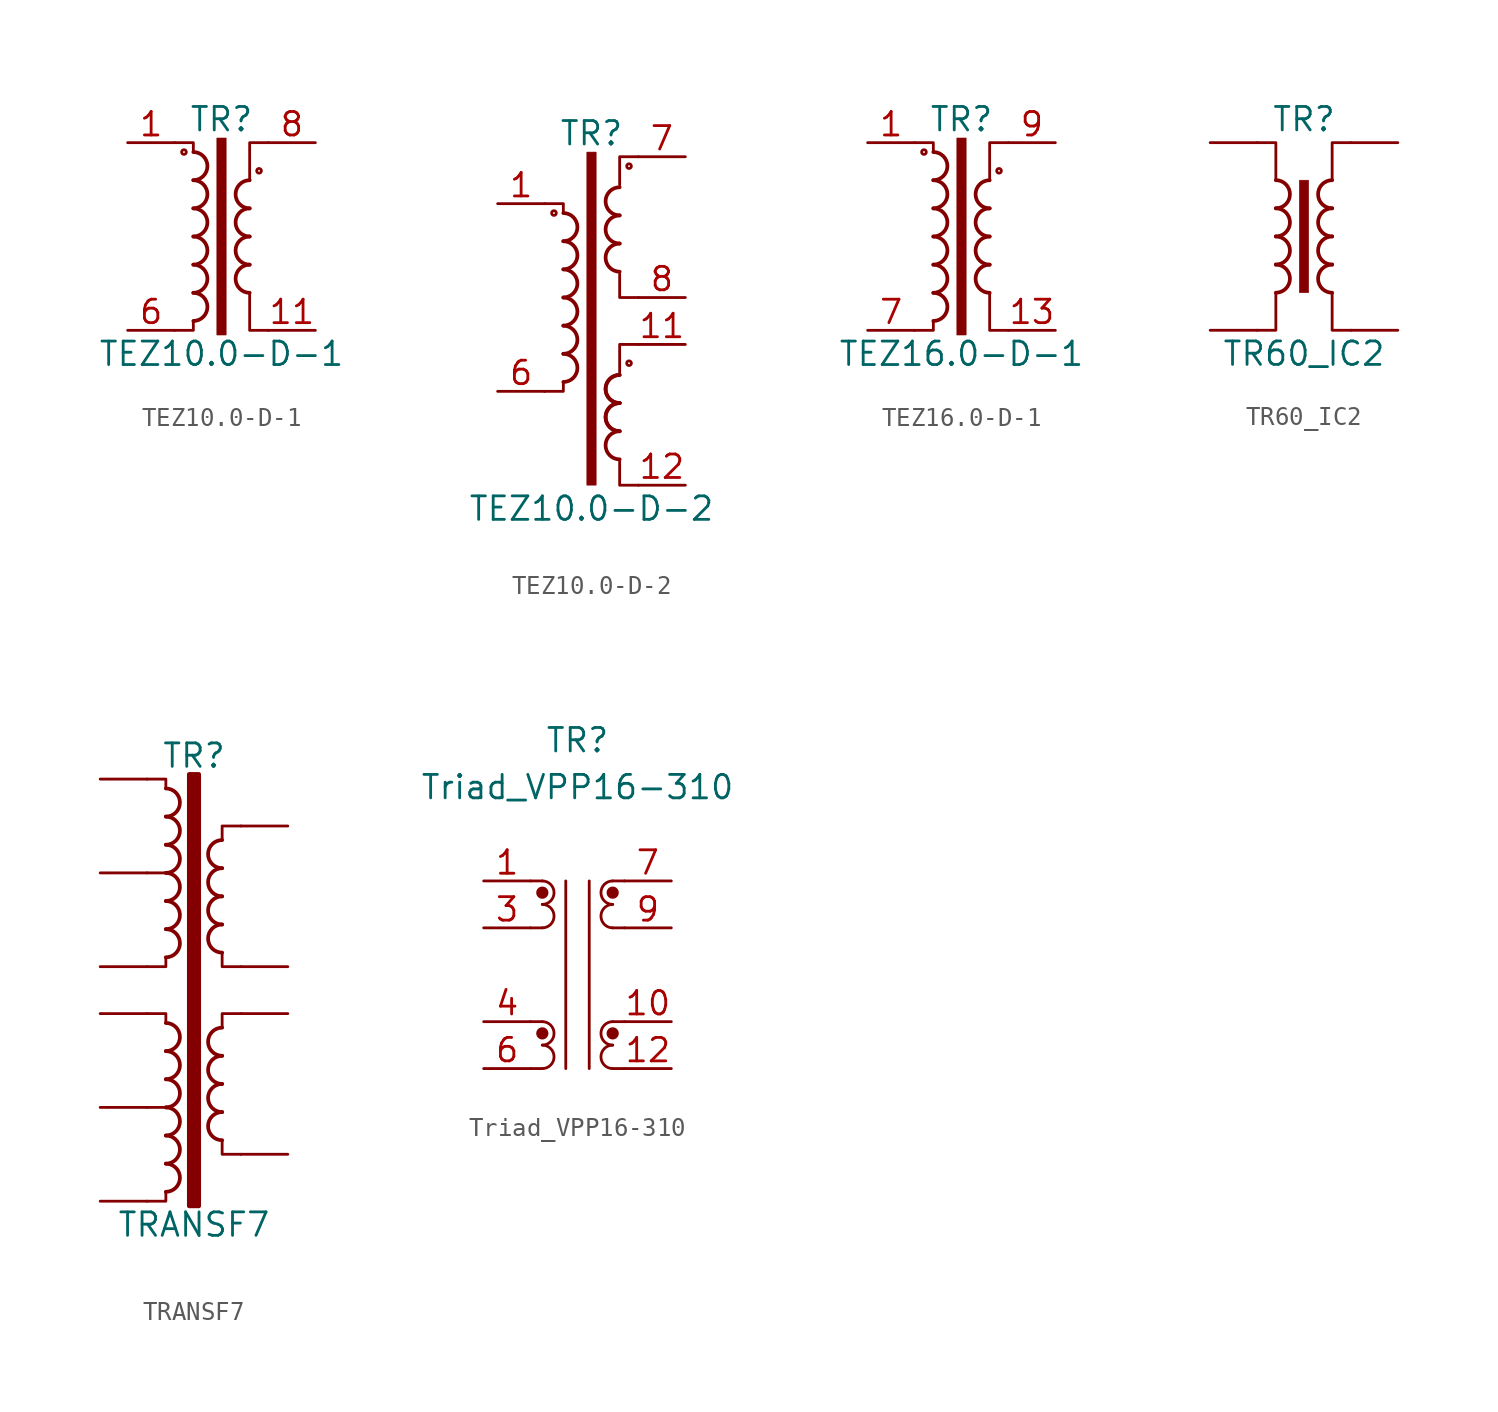
<source format=kicad_sym>
(kicad_symbol_lib
  (version 20231120)
  (generator "kicad_symbol_editor")
  (generator_version "8.0")
  (symbol "TEZ10.0-D-1"
    (pin_names
      (offset 0.025))
    (property "Reference" "TR"
      (at 0 6.35 0)
      (effects (font (size 1.27 1.27))))
    (property "Value" "TEZ10.0-D-1"
      (at 0 -6.35 0)
      (effects (font (size 1.27 1.27))))
    (symbol "TEZ10.0-D-1_0_1"
      (circle (center -2.032 4.572) (radius 0.127) (stroke (width 0) (type default)) (fill (type none)))
      (arc (start -1.524 -4.572) (mid -0.7653 -3.81) (end -1.524 -3.048) (stroke (width 0.2032) (type default)) (fill (type none)))
      (arc (start -1.524 -3.048) (mid -0.7653 -2.286) (end -1.524 -1.524) (stroke (width 0.2032) (type default)) (fill (type none)))
      (arc (start -1.524 -1.524) (mid -0.7653 -0.762) (end -1.524 0) (stroke (width 0.2032) (type default)) (fill (type none)))
      (arc (start -1.524 0) (mid -0.7653 0.762) (end -1.524 1.524) (stroke (width 0.2032) (type default)) (fill (type none)))
      (arc (start -1.524 1.524) (mid -0.7653 2.286) (end -1.524 3.048) (stroke (width 0.2032) (type default)) (fill (type none)))
      (arc (start -1.524 3.048) (mid -0.7653 3.81) (end -1.524 4.572) (stroke (width 0.2032) (type default)) (fill (type none)))
      (rectangle (start -0.254 5.334) (end 0.254 -5.334) (stroke (width 0.025) (type default)) (fill (type outline)))
      (polyline (pts (xy -1.524 -4.572) (xy -1.524 -5.08) (xy -2.54 -5.08)) (stroke (width 0) (type default)) (fill (type none)))
      (polyline (pts (xy -1.524 4.572) (xy -1.524 5.08) (xy -2.54 5.08)) (stroke (width 0) (type default)) (fill (type none)))
      (polyline (pts (xy 1.524 3.048) (xy 1.524 5.08) (xy 2.54 5.08) (xy 2.54 5.08)) (stroke (width 0.152) (type default)) (fill (type none)))
      (polyline (pts (xy 2.54 -5.08) (xy 1.524 -5.08) (xy 1.524 -3.048) (xy 1.524 -3.048)) (stroke (width 0.152) (type default)) (fill (type none)))
      (arc (start 1.524 -1.524) (mid 0.7653 -2.286) (end 1.524 -3.048) (stroke (width 0.2032) (type default)) (fill (type none)))
      (arc (start 1.524 0) (mid 0.7653 -0.762) (end 1.524 -1.524) (stroke (width 0.2032) (type default)) (fill (type none)))
      (arc (start 1.524 1.524) (mid 0.7653 0.762) (end 1.524 0) (stroke (width 0.2032) (type default)) (fill (type none)))
      (arc (start 1.524 3.048) (mid 0.7653 2.286) (end 1.524 1.524) (stroke (width 0.2032) (type default)) (fill (type none)))
      (circle (center 2.032 3.556) (radius 0.127) (stroke (width 0) (type default)) (fill (type none))))
    (symbol "TEZ10.0-D-1_1_1"
      (pin passive line (at -5.08 5.08 0) (length 2.54) (name "~" (effects (font (size 1.27 1.27)))) (number "1" (effects (font (size 1.27 1.27)))))
      (pin passive line (at 5.08 -5.08 180) (length 2.54) (name "~" (effects (font (size 1.27 1.27)))) (number "11" (effects (font (size 1.27 1.27)))))
      (pin passive line (at -5.08 -5.08 0) (length 2.54) (name "~" (effects (font (size 1.27 1.27)))) (number "6" (effects (font (size 1.27 1.27)))))
      (pin passive line (at 5.08 5.08 180) (length 2.54) (name "~" (effects (font (size 1.27 1.27)))) (number "8" (effects (font (size 1.27 1.27)))))))
  (symbol "TEZ10.0-D-2"
    (pin_names
      (offset 0.025))
    (property "Reference" "TR"
      (at 0 8.89 0)
      (effects (font (size 1.27 1.27))))
    (property "Value" "TEZ10.0-D-2"
      (at 0 -11.43 0)
      (effects (font (size 1.27 1.27))))
    (symbol "TEZ10.0-D-2_0_1"
      (circle (center -2.032 4.572) (radius 0.127) (stroke (width 0) (type default)) (fill (type none)))
      (arc (start -1.524 -4.572) (mid -0.7653 -3.81) (end -1.524 -3.048) (stroke (width 0.2032) (type default)) (fill (type none)))
      (arc (start -1.524 -3.048) (mid -0.7653 -2.286) (end -1.524 -1.524) (stroke (width 0.2032) (type default)) (fill (type none)))
      (arc (start -1.524 -1.524) (mid -0.7653 -0.762) (end -1.524 0) (stroke (width 0.2032) (type default)) (fill (type none)))
      (arc (start -1.524 0) (mid -0.7653 0.762) (end -1.524 1.524) (stroke (width 0.2032) (type default)) (fill (type none)))
      (arc (start -1.524 1.524) (mid -0.7653 2.286) (end -1.524 3.048) (stroke (width 0.2032) (type default)) (fill (type none)))
      (arc (start -1.524 3.048) (mid -0.7653 3.81) (end -1.524 4.572) (stroke (width 0.2032) (type default)) (fill (type none)))
      (rectangle (start -0.254 7.874) (end 0.254 -10.16) (stroke (width 0.025) (type default)) (fill (type outline)))
      (polyline (pts (xy -1.524 -4.572) (xy -1.524 -5.08) (xy -2.54 -5.08)) (stroke (width 0) (type default)) (fill (type none)))
      (polyline (pts (xy -1.524 4.572) (xy -1.524 5.08) (xy -2.54 5.08)) (stroke (width 0) (type default)) (fill (type none)))
      (polyline (pts (xy 1.524 -8.89) (xy 1.524 -10.16) (xy 2.54 -10.16)) (stroke (width 0) (type default)) (fill (type none)))
      (polyline (pts (xy 2.54 -2.54) (xy 1.524 -2.54) (xy 1.524 -4.064)) (stroke (width 0) (type default)) (fill (type none)))
      (polyline (pts (xy 2.54 0) (xy 1.524 0) (xy 1.524 1.27)) (stroke (width 0) (type default)) (fill (type none)))
      (polyline (pts (xy 2.54 7.62) (xy 1.524 7.62) (xy 1.524 6.096)) (stroke (width 0) (type default)) (fill (type none)))
      (arc (start 1.524 -7.239) (mid 0.7653 -8.001) (end 1.524 -8.763) (stroke (width 0.2032) (type default)) (fill (type none)))
      (arc (start 1.524 -5.715) (mid 0.7653 -6.477) (end 1.524 -7.239) (stroke (width 0.2032) (type default)) (fill (type none)))
      (arc (start 1.524 -5.715) (mid 0.7653 -6.477) (end 1.524 -7.239) (stroke (width 0.2032) (type default)) (fill (type none)))
      (arc (start 1.524 -4.191) (mid 0.7653 -4.953) (end 1.524 -5.715) (stroke (width 0.2032) (type default)) (fill (type none)))
      (arc (start 1.524 -4.191) (mid 0.7653 -4.953) (end 1.524 -5.715) (stroke (width 0.2032) (type default)) (fill (type none)))
      (arc (start 1.524 2.921) (mid 0.7653 2.159) (end 1.524 1.397) (stroke (width 0.2032) (type default)) (fill (type none)))
      (arc (start 1.524 4.445) (mid 0.7653 3.683) (end 1.524 2.921) (stroke (width 0.2032) (type default)) (fill (type none)))
      (arc (start 1.524 5.969) (mid 0.7653 5.207) (end 1.524 4.445) (stroke (width 0.2032) (type default)) (fill (type none)))
      (circle (center 2.032 -3.556) (radius 0.127) (stroke (width 0) (type default)) (fill (type none)))
      (circle (center 2.032 7.112) (radius 0.127) (stroke (width 0) (type default)) (fill (type none))))
    (symbol "TEZ10.0-D-2_1_1"
      (pin passive line (at -5.08 5.08 0) (length 2.54) (name "~" (effects (font (size 1.27 1.27)))) (number "1" (effects (font (size 1.27 1.27)))))
      (pin passive line (at 5.08 -2.54 180) (length 2.54) (name "~" (effects (font (size 1.27 1.27)))) (number "11" (effects (font (size 1.27 1.27)))))
      (pin passive line (at 5.08 -10.16 180) (length 2.54) (name "~" (effects (font (size 1.27 1.27)))) (number "12" (effects (font (size 1.27 1.27)))))
      (pin passive line (at -5.08 -5.08 0) (length 2.54) (name "~" (effects (font (size 1.27 1.27)))) (number "6" (effects (font (size 1.27 1.27)))))
      (pin passive line (at 5.08 7.62 180) (length 2.54) (name "~" (effects (font (size 1.27 1.27)))) (number "7" (effects (font (size 1.27 1.27)))))
      (pin passive line (at 5.08 0 180) (length 2.54) (name "~" (effects (font (size 1.27 1.27)))) (number "8" (effects (font (size 1.27 1.27)))))))
  (symbol "TEZ16.0-D-1"
    (pin_names
      (offset 0.025))
    (property "Reference" "TR"
      (at 0 6.35 0)
      (effects (font (size 1.27 1.27))))
    (property "Value" "TEZ16.0-D-1"
      (at 0 -6.35 0)
      (effects (font (size 1.27 1.27))))
    (symbol "TEZ16.0-D-1_0_1"
      (circle (center -2.032 4.572) (radius 0.127) (stroke (width 0) (type default)) (fill (type none)))
      (arc (start -1.524 -4.572) (mid -0.7653 -3.81) (end -1.524 -3.048) (stroke (width 0.2032) (type default)) (fill (type none)))
      (arc (start -1.524 -3.048) (mid -0.7653 -2.286) (end -1.524 -1.524) (stroke (width 0.2032) (type default)) (fill (type none)))
      (arc (start -1.524 -1.524) (mid -0.7653 -0.762) (end -1.524 0) (stroke (width 0.2032) (type default)) (fill (type none)))
      (arc (start -1.524 0) (mid -0.7653 0.762) (end -1.524 1.524) (stroke (width 0.2032) (type default)) (fill (type none)))
      (arc (start -1.524 1.524) (mid -0.7653 2.286) (end -1.524 3.048) (stroke (width 0.2032) (type default)) (fill (type none)))
      (arc (start -1.524 3.048) (mid -0.7653 3.81) (end -1.524 4.572) (stroke (width 0.2032) (type default)) (fill (type none)))
      (rectangle (start -0.254 5.334) (end 0.254 -5.334) (stroke (width 0.025) (type default)) (fill (type outline)))
      (polyline (pts (xy -1.524 -4.572) (xy -1.524 -5.08) (xy -2.54 -5.08)) (stroke (width 0) (type default)) (fill (type none)))
      (polyline (pts (xy -1.524 4.572) (xy -1.524 5.08) (xy -2.54 5.08)) (stroke (width 0) (type default)) (fill (type none)))
      (polyline (pts (xy 1.524 3.048) (xy 1.524 5.08) (xy 2.54 5.08) (xy 2.54 5.08)) (stroke (width 0.152) (type default)) (fill (type none)))
      (polyline (pts (xy 2.54 -5.08) (xy 1.524 -5.08) (xy 1.524 -3.048) (xy 1.524 -3.048)) (stroke (width 0.152) (type default)) (fill (type none)))
      (arc (start 1.524 -1.524) (mid 0.7653 -2.286) (end 1.524 -3.048) (stroke (width 0.2032) (type default)) (fill (type none)))
      (arc (start 1.524 0) (mid 0.7653 -0.762) (end 1.524 -1.524) (stroke (width 0.2032) (type default)) (fill (type none)))
      (arc (start 1.524 1.524) (mid 0.7653 0.762) (end 1.524 0) (stroke (width 0.2032) (type default)) (fill (type none)))
      (arc (start 1.524 3.048) (mid 0.7653 2.286) (end 1.524 1.524) (stroke (width 0.2032) (type default)) (fill (type none)))
      (circle (center 2.032 3.556) (radius 0.127) (stroke (width 0) (type default)) (fill (type none))))
    (symbol "TEZ16.0-D-1_1_1"
      (pin passive line (at -5.08 5.08 0) (length 2.54) (name "~" (effects (font (size 1.27 1.27)))) (number "1" (effects (font (size 1.27 1.27)))))
      (pin passive line (at 5.08 -5.08 180) (length 2.54) (name "~" (effects (font (size 1.27 1.27)))) (number "13" (effects (font (size 1.27 1.27)))))
      (pin passive line (at -5.08 -5.08 0) (length 2.54) (name "~" (effects (font (size 1.27 1.27)))) (number "7" (effects (font (size 1.27 1.27)))))
      (pin passive line (at 5.08 5.08 180) (length 2.54) (name "~" (effects (font (size 1.27 1.27)))) (number "9" (effects (font (size 1.27 1.27)))))))
  (symbol "TR60_IC2"
    (pin_numbers hide)
    (pin_names
      (offset 0))
    (property "Reference" "TR"
      (at 0 6.35 0)
      (effects (font (size 1.27 1.27))))
    (property "Value" "TR60_IC2"
      (at 0 -6.35 0)
      (effects (font (size 1.27 1.27))))
    (symbol "TR60_IC2_0_1"
      (arc (start -1.524 -3.048) (mid -0.7653 -2.286) (end -1.524 -1.524) (stroke (width 0.2032) (type default)) (fill (type none)))
      (arc (start -1.524 -1.524) (mid -0.7653 -0.762) (end -1.524 0) (stroke (width 0.2032) (type default)) (fill (type none)))
      (arc (start -1.524 0) (mid -0.7653 0.762) (end -1.524 1.524) (stroke (width 0.2032) (type default)) (fill (type none)))
      (arc (start -1.524 1.524) (mid -0.7653 2.286) (end -1.524 3.048) (stroke (width 0.2032) (type default)) (fill (type none)))
      (rectangle (start -0.254 3.048) (end 0.254 -3.048) (stroke (width 0.025) (type default)) (fill (type outline)))
      (polyline (pts (xy -2.54 5.08) (xy -1.524 5.08) (xy -1.524 3.048) (xy -1.524 3.048)) (stroke (width 0.152) (type default)) (fill (type none)))
      (polyline (pts (xy -1.524 -3.048) (xy -1.524 -5.08) (xy -2.54 -5.08) (xy -2.54 -5.08)) (stroke (width 0.152) (type default)) (fill (type none)))
      (polyline (pts (xy 1.524 3.048) (xy 1.524 5.08) (xy 2.54 5.08) (xy 2.54 5.08)) (stroke (width 0.152) (type default)) (fill (type none)))
      (polyline (pts (xy 2.54 -5.08) (xy 1.524 -5.08) (xy 1.524 -3.048) (xy 1.524 -3.048)) (stroke (width 0.152) (type default)) (fill (type none)))
      (arc (start 1.524 -1.524) (mid 0.7653 -2.286) (end 1.524 -3.048) (stroke (width 0.2032) (type default)) (fill (type none)))
      (arc (start 1.524 0) (mid 0.7653 -0.762) (end 1.524 -1.524) (stroke (width 0.2032) (type default)) (fill (type none)))
      (arc (start 1.524 1.524) (mid 0.7653 0.762) (end 1.524 0) (stroke (width 0.2032) (type default)) (fill (type none)))
      (arc (start 1.524 3.048) (mid 0.7653 2.286) (end 1.524 1.524) (stroke (width 0.2032) (type default)) (fill (type none))))
    (symbol "TR60_IC2_1_1"
      (pin passive line (at -5.08 5.08 0) (length 2.54) (name "~" (effects (font (size 1.27 1.27)))) (number "1" (effects (font (size 1.27 1.27)))))
      (pin passive line (at -5.08 -5.08 0) (length 2.54) (name "~" (effects (font (size 1.27 1.27)))) (number "2" (effects (font (size 1.27 1.27)))))
      (pin passive line (at 5.08 5.08 180) (length 2.54) (name "~" (effects (font (size 1.27 1.27)))) (number "3" (effects (font (size 1.27 1.27)))))
      (pin passive line (at 5.08 -5.08 180) (length 2.54) (name "~" (effects (font (size 1.27 1.27)))) (number "4" (effects (font (size 1.27 1.27)))))))
  (symbol "TRANSF7"
    (pin_numbers hide)
    (pin_names
      (offset 0))
    (property "Reference" "TR"
      (at 0 13.97 0)
      (effects (font (size 1.27 1.27))))
    (property "Value" "TRANSF7"
      (at 0 -11.43 0)
      (effects (font (size 1.27 1.27))))
    (symbol "TRANSF7_0_1"
      (arc (start -1.524 -9.652) (mid -0.7653 -8.89) (end -1.524 -8.128) (stroke (width 0.2032) (type default)) (fill (type none)))
      (arc (start -1.524 -8.128) (mid -0.7653 -7.366) (end -1.524 -6.604) (stroke (width 0.2032) (type default)) (fill (type none)))
      (arc (start -1.524 -6.604) (mid -0.7653 -5.842) (end -1.524 -5.08) (stroke (width 0.2032) (type default)) (fill (type none)))
      (arc (start -1.524 -5.08) (mid -0.7653 -4.318) (end -1.524 -3.556) (stroke (width 0.2032) (type default)) (fill (type none)))
      (arc (start -1.524 -3.556) (mid -0.7653 -2.794) (end -1.524 -2.032) (stroke (width 0.2032) (type default)) (fill (type none)))
      (arc (start -1.524 -2.032) (mid -0.7653 -1.27) (end -1.524 -0.508) (stroke (width 0.2032) (type default)) (fill (type none)))
      (arc (start -1.524 3.048) (mid -0.7653 3.81) (end -1.524 4.572) (stroke (width 0.2032) (type default)) (fill (type none)))
      (arc (start -1.524 4.572) (mid -0.7653 5.334) (end -1.524 6.096) (stroke (width 0.2032) (type default)) (fill (type none)))
      (arc (start -1.524 6.096) (mid -0.7653 6.858) (end -1.524 7.62) (stroke (width 0.2032) (type default)) (fill (type none)))
      (arc (start -1.524 7.62) (mid -0.7653 8.382) (end -1.524 9.144) (stroke (width 0.2032) (type default)) (fill (type none)))
      (arc (start -1.524 9.144) (mid -0.7653 9.906) (end -1.524 10.668) (stroke (width 0.2032) (type default)) (fill (type none)))
      (arc (start -1.524 10.668) (mid -0.7653 11.43) (end -1.524 12.192) (stroke (width 0.2032) (type default)) (fill (type none)))
      (rectangle (start -0.254 12.954) (end 0.254 -10.414) (stroke (width 0.254) (type default)) (fill (type outline)))
      (polyline (pts (xy -1.524 -5.08) (xy -2.54 -5.08) (xy -2.54 -5.08)) (stroke (width 0) (type default)) (fill (type outline)))
      (polyline (pts (xy -1.524 7.62) (xy -2.54 7.62) (xy -2.54 7.62)) (stroke (width 0) (type default)) (fill (type outline)))
      (polyline (pts (xy -1.524 -9.652) (xy -1.524 -10.16) (xy -2.54 -10.16) (xy -2.54 -10.16)) (stroke (width 0) (type default)) (fill (type none)))
      (polyline (pts (xy -1.524 -0.508) (xy -1.524 0) (xy -2.54 0) (xy -2.54 0)) (stroke (width 0) (type default)) (fill (type none)))
      (polyline (pts (xy -1.524 3.048) (xy -1.524 2.54) (xy -2.54 2.54) (xy -2.54 2.54)) (stroke (width 0) (type default)) (fill (type none)))
      (polyline (pts (xy -1.524 12.192) (xy -1.524 12.7) (xy -2.54 12.7) (xy -2.54 12.7)) (stroke (width 0) (type default)) (fill (type none)))
      (polyline (pts (xy 1.524 -0.762) (xy 1.524 0) (xy 2.54 0) (xy 2.54 0)) (stroke (width 0) (type default)) (fill (type none)))
      (polyline (pts (xy 1.524 9.398) (xy 1.524 10.16) (xy 2.54 10.16) (xy 2.54 10.16)) (stroke (width 0) (type default)) (fill (type none)))
      (polyline (pts (xy 1.524 -6.858) (xy 1.524 -7.62) (xy 2.54 -7.62) (xy 2.54 -7.62) (xy 2.54 -7.62) (xy 2.54 -7.62)) (stroke (width 0) (type default)) (fill (type none)))
      (polyline (pts (xy 1.524 3.302) (xy 1.524 2.54) (xy 2.54 2.54) (xy 2.54 2.54) (xy 2.54 2.54) (xy 2.54 2.54)) (stroke (width 0) (type default)) (fill (type none)))
      (arc (start 1.524 -5.334) (mid 0.7653 -6.096) (end 1.524 -6.858) (stroke (width 0.2032) (type default)) (fill (type none)))
      (arc (start 1.524 -3.81) (mid 0.7653 -4.572) (end 1.524 -5.334) (stroke (width 0.2032) (type default)) (fill (type none)))
      (arc (start 1.524 -2.286) (mid 0.7653 -3.048) (end 1.524 -3.81) (stroke (width 0.2032) (type default)) (fill (type none)))
      (arc (start 1.524 -0.762) (mid 0.7653 -1.524) (end 1.524 -2.286) (stroke (width 0.2032) (type default)) (fill (type none)))
      (arc (start 1.524 4.826) (mid 0.7653 4.064) (end 1.524 3.302) (stroke (width 0.2032) (type default)) (fill (type none)))
      (arc (start 1.524 6.35) (mid 0.7653 5.588) (end 1.524 4.826) (stroke (width 0.2032) (type default)) (fill (type none)))
      (arc (start 1.524 7.874) (mid 0.7653 7.112) (end 1.524 6.35) (stroke (width 0.2032) (type default)) (fill (type none)))
      (arc (start 1.524 9.398) (mid 0.7653 8.636) (end 1.524 7.874) (stroke (width 0.2032) (type default)) (fill (type none))))
    (symbol "TRANSF7_1_1"
      (pin passive line (at 5.08 10.16 180) (length 2.54) (name "~" (effects (font (size 1.27 1.27)))) (number "1" (effects (font (size 1.27 1.27)))))
      (pin passive line (at -5.08 12.7 0) (length 2.54) (name "~" (effects (font (size 1.27 1.27)))) (number "10" (effects (font (size 1.27 1.27)))))
      (pin passive line (at 5.08 2.54 180) (length 2.54) (name "~" (effects (font (size 1.27 1.27)))) (number "2" (effects (font (size 1.27 1.27)))))
      (pin passive line (at 5.08 0 180) (length 2.54) (name "~" (effects (font (size 1.27 1.27)))) (number "3" (effects (font (size 1.27 1.27)))))
      (pin passive line (at 5.08 -7.62 180) (length 2.54) (name "~" (effects (font (size 1.27 1.27)))) (number "4" (effects (font (size 1.27 1.27)))))
      (pin passive line (at -5.08 -10.16 0) (length 2.54) (name "~" (effects (font (size 1.27 1.27)))) (number "5" (effects (font (size 1.27 1.27)))))
      (pin passive line (at -5.08 -5.08 0) (length 2.54) (name "~" (effects (font (size 1.27 1.27)))) (number "6" (effects (font (size 1.27 1.27)))))
      (pin passive line (at -5.08 0 0) (length 2.54) (name "~" (effects (font (size 1.27 1.27)))) (number "7" (effects (font (size 1.27 1.27)))))
      (pin passive line (at -5.08 2.54 0) (length 2.54) (name "~" (effects (font (size 1.27 1.27)))) (number "8" (effects (font (size 1.27 1.27)))))
      (pin passive line (at -5.08 7.62 0) (length 2.54) (name "~" (effects (font (size 1.27 1.27)))) (number "9" (effects (font (size 1.27 1.27)))))))
  (symbol "Triad_VPP16-310"
    (property "Reference" "TR"
      (at 0 12.7 0)
      (effects (font (size 1.27 1.27))))
    (property "Value" "Triad_VPP16-310"
      (at 0 10.16 0)
      (effects (font (size 1.27 1.27))))
    (symbol "Triad_VPP16-310_0_0"
      (pin passive line (at -5.08 5.08 0) (length 2.54) (name "~" (effects (font (size 1.27 1.27)))) (number "1" (effects (font (size 1.27 1.27)))))
      (pin passive line (at 5.08 -2.54 180) (length 2.54) (name "~" (effects (font (size 1.27 1.27)))) (number "10" (effects (font (size 1.27 1.27)))))
      (pin passive line (at 5.08 -5.08 180) (length 2.54) (name "~" (effects (font (size 1.27 1.27)))) (number "12" (effects (font (size 1.27 1.27)))))
      (pin passive line (at -5.08 2.54 0) (length 2.54) (name "~" (effects (font (size 1.27 1.27)))) (number "3" (effects (font (size 1.27 1.27)))))
      (pin passive line (at -5.08 -2.54 0) (length 2.54) (name "~" (effects (font (size 1.27 1.27)))) (number "4" (effects (font (size 1.27 1.27)))))
      (pin passive line (at -5.08 -5.08 0) (length 2.54) (name "~" (effects (font (size 1.27 1.27)))) (number "6" (effects (font (size 1.27 1.27)))))
      (pin passive line (at 5.08 5.08 180) (length 2.54) (name "~" (effects (font (size 1.27 1.27)))) (number "7" (effects (font (size 1.27 1.27)))))
      (pin passive line (at 5.08 2.54 180) (length 2.54) (name "~" (effects (font (size 1.27 1.27)))) (number "9" (effects (font (size 1.27 1.27))))))
    (symbol "Triad_VPP16-310_0_1"
      (arc (start -1.905 -5.08) (mid -1.27 -4.445) (end -1.905 -3.81) (stroke (width 0) (type default)) (fill (type none)))
      (arc (start -1.905 -3.81) (mid -1.27 -3.175) (end -1.905 -2.54) (stroke (width 0) (type default)) (fill (type none)))
      (arc (start -1.905 2.54) (mid -1.27 3.175) (end -1.905 3.81) (stroke (width 0) (type default)) (fill (type none)))
      (arc (start -1.905 3.81) (mid -1.27 4.445) (end -1.905 5.08) (stroke (width 0) (type default)) (fill (type none)))
      (polyline (pts (xy -2.54 -5.08) (xy -1.905 -5.08)) (stroke (width 0) (type default)) (fill (type none)))
      (polyline (pts (xy -2.54 -2.54) (xy -1.905 -2.54)) (stroke (width 0) (type default)) (fill (type none)))
      (polyline (pts (xy -2.54 2.54) (xy -1.905 2.54)) (stroke (width 0) (type default)) (fill (type none)))
      (polyline (pts (xy -2.54 5.08) (xy -1.905 5.08)) (stroke (width 0) (type default)) (fill (type none)))
      (polyline (pts (xy -0.635 5.08) (xy -0.635 -5.08)) (stroke (width 0) (type default)) (fill (type none)))
      (polyline (pts (xy 0.635 5.08) (xy 0.635 -5.08)) (stroke (width 0) (type default)) (fill (type none)))
      (polyline (pts (xy 1.905 -5.08) (xy 2.54 -5.08)) (stroke (width 0) (type default)) (fill (type none)))
      (polyline (pts (xy 1.905 -2.54) (xy 2.54 -2.54)) (stroke (width 0) (type default)) (fill (type none)))
      (polyline (pts (xy 1.905 2.54) (xy 2.54 2.54)) (stroke (width 0) (type default)) (fill (type none)))
      (polyline (pts (xy 1.905 5.08) (xy 2.54 5.08)) (stroke (width 0) (type default)) (fill (type none)))
      (arc (start 1.905 -3.81) (mid 1.27 -4.445) (end 1.905 -5.08) (stroke (width 0) (type default)) (fill (type none)))
      (arc (start 1.905 -2.54) (mid 1.27 -3.175) (end 1.905 -3.81) (stroke (width 0) (type default)) (fill (type none)))
      (arc (start 1.905 3.81) (mid 1.27 3.175) (end 1.905 2.54) (stroke (width 0) (type default)) (fill (type none)))
      (arc (start 1.905 5.08) (mid 1.27 4.445) (end 1.905 3.81) (stroke (width 0) (type default)) (fill (type none))))
    (symbol "Triad_VPP16-310_1_1"
      (circle (center -1.905 -3.175) (radius 0.254) (stroke (width 0) (type default)) (fill (type outline)))
      (circle (center -1.905 4.445) (radius 0.254) (stroke (width 0) (type default)) (fill (type outline)))
      (circle (center 1.905 -3.175) (radius 0.254) (stroke (width 0) (type default)) (fill (type outline)))
      (circle (center 1.905 4.445) (radius 0.254) (stroke (width 0) (type default)) (fill (type outline))))))
</source>
